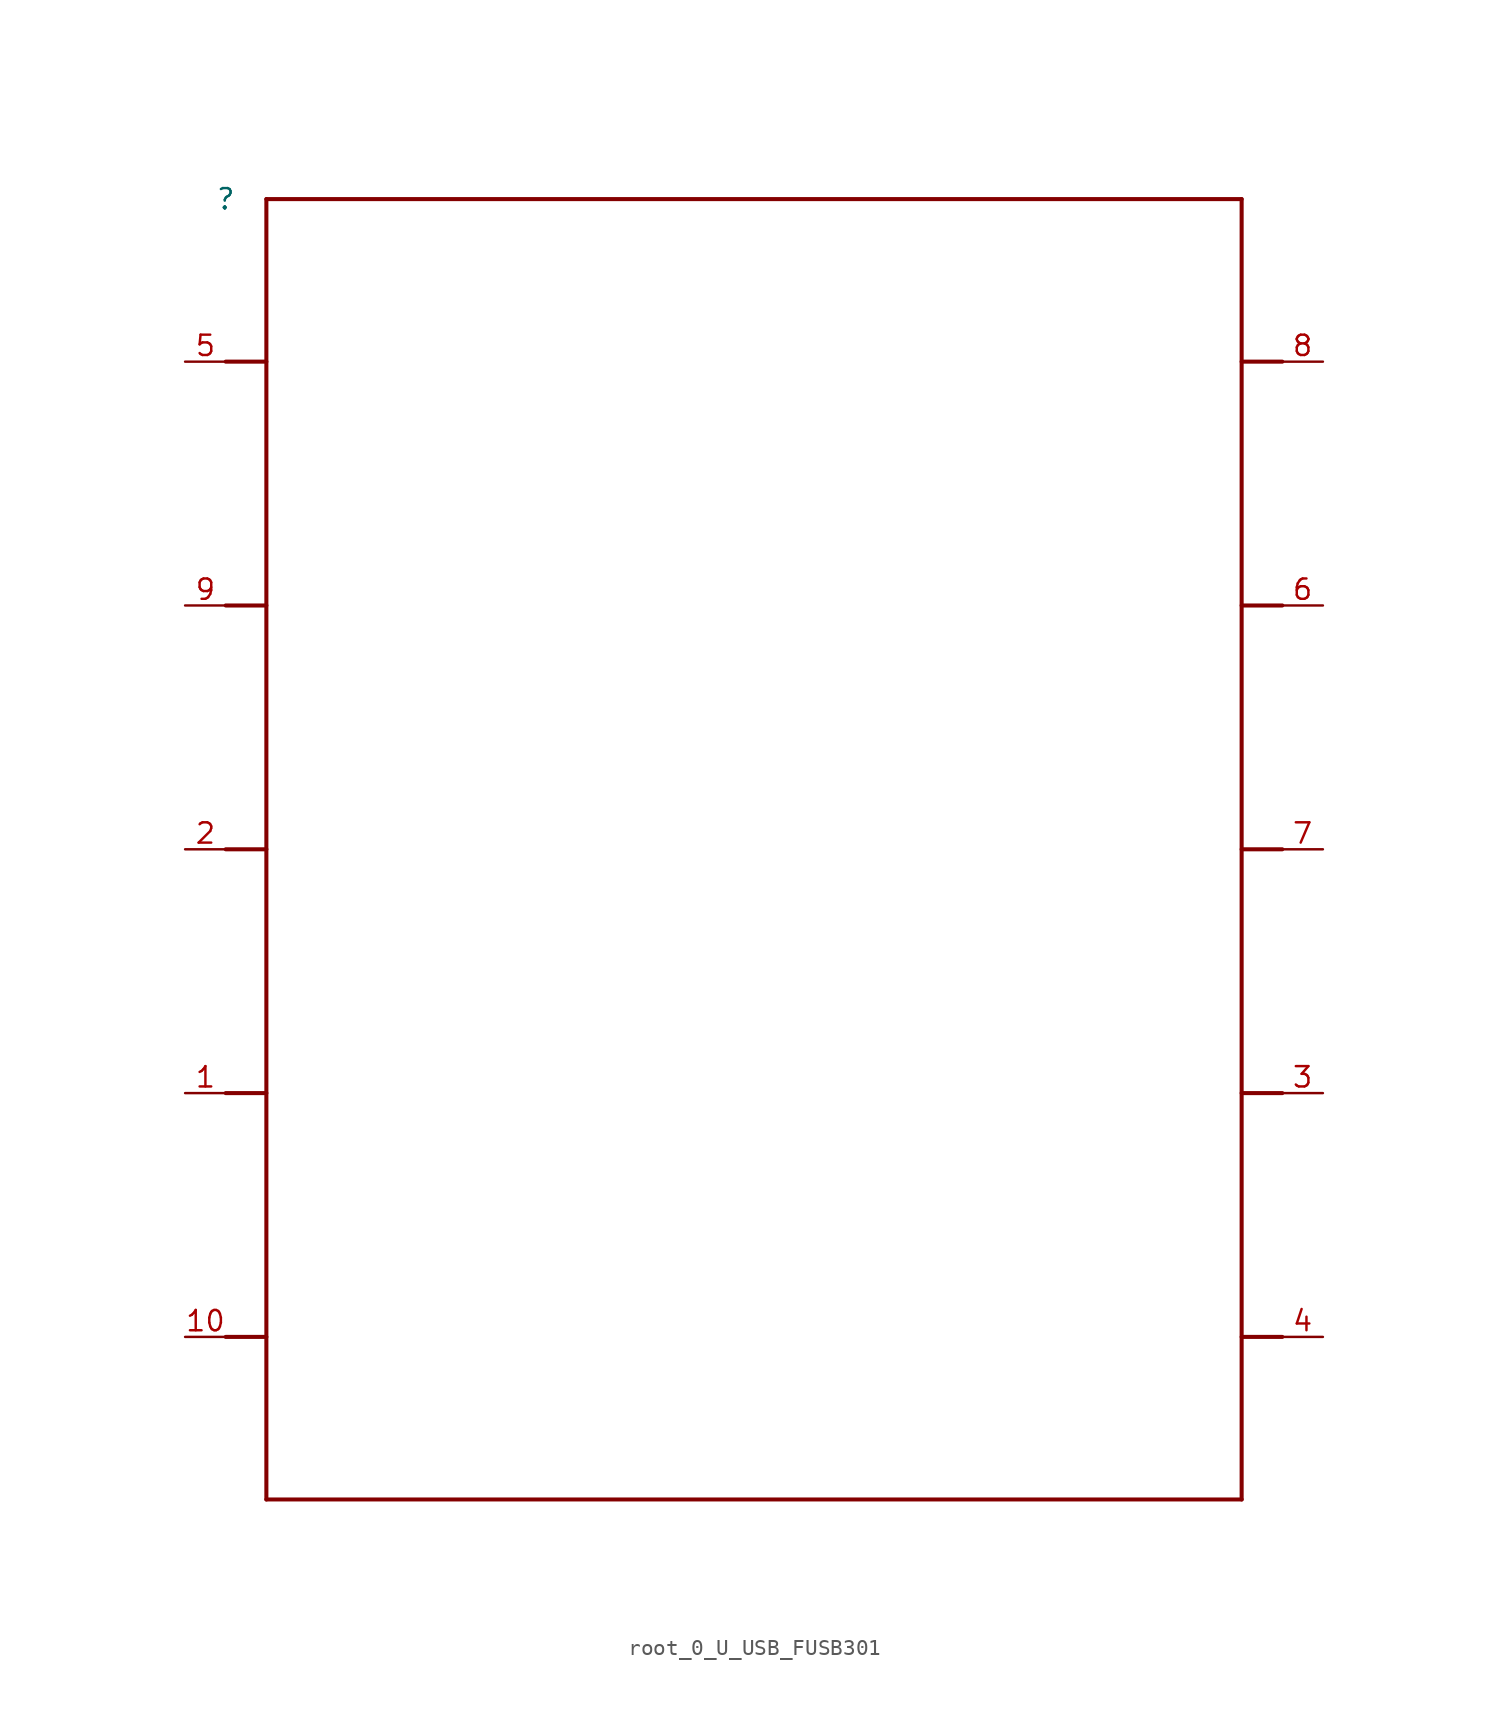
<source format=kicad_sym>
(kicad_symbol_lib
  (version 20220914)
  (generator kicad_symbol_editor)
  (symbol "root_0_U_USB_FUSB301"
    (property "Reference" ""
      (at 0 0 0)
      (effects (font (size 1.27 1.27))))
    (property "Value" ""
      (at 0 0 0)
      (effects (font (size 1.27 1.27))))
    (symbol "root_0_U_USB_FUSB301_1_0"
      (polyline (pts (xy 0 -71.12) (xy 2.54 -71.12)) (stroke (width 0.254) (type solid)) (fill (type none)))
      (polyline (pts (xy 0 -55.88) (xy 2.54 -55.88)) (stroke (width 0.254) (type solid)) (fill (type none)))
      (polyline (pts (xy 0 -40.64) (xy 2.54 -40.64)) (stroke (width 0.254) (type solid)) (fill (type none)))
      (polyline (pts (xy 0 -25.4) (xy 2.54 -25.4)) (stroke (width 0.254) (type solid)) (fill (type none)))
      (polyline (pts (xy 0 -10.16) (xy 2.54 -10.16)) (stroke (width 0.254) (type solid)) (fill (type none)))
      (polyline (pts (xy 2.54 -81.28) (xy 63.5 -81.28)) (stroke (width 0.254) (type solid)) (fill (type none)))
      (polyline (pts (xy 2.54 0) (xy 2.54 -81.28)) (stroke (width 0.254) (type solid)) (fill (type none)))
      (polyline (pts (xy 2.54 0) (xy 63.5 0)) (stroke (width 0.254) (type solid)) (fill (type none)))
      (polyline (pts (xy 63.5 -71.12) (xy 66.04 -71.12)) (stroke (width 0.254) (type solid)) (fill (type none)))
      (polyline (pts (xy 63.5 -55.88) (xy 66.04 -55.88)) (stroke (width 0.254) (type solid)) (fill (type none)))
      (polyline (pts (xy 63.5 -40.64) (xy 66.04 -40.64)) (stroke (width 0.254) (type solid)) (fill (type none)))
      (polyline (pts (xy 63.5 -25.4) (xy 66.04 -25.4)) (stroke (width 0.254) (type solid)) (fill (type none)))
      (polyline (pts (xy 63.5 -10.16) (xy 66.04 -10.16)) (stroke (width 0.254) (type solid)) (fill (type none)))
      (polyline (pts (xy 63.5 0) (xy 63.5 -81.28)) (stroke (width 0.254) (type solid)) (fill (type none)))
      (pin bidirectional line (at -2.54 -55.88 0) (length 2.54) (name "SDA" (effects (font (size 0 0)))) (number "1" (effects (font (size 1.27 1.27)))))
      (pin output line (at -2.54 -71.12 0) (length 2.54) (name "INT_N" (effects (font (size 0 0)))) (number "10" (effects (font (size 1.27 1.27)))))
      (pin input line (at -2.54 -40.64 0) (length 2.54) (name "SCL" (effects (font (size 0 0)))) (number "2" (effects (font (size 1.27 1.27)))))
      (pin output line (at 68.58 -55.88 180) (length 2.54) (name "ID" (effects (font (size 0 0)))) (number "3" (effects (font (size 1.27 1.27)))))
      (pin input line (at 68.58 -71.12 180) (length 2.54) (name "GND" (effects (font (size 0 0)))) (number "4" (effects (font (size 1.27 1.27)))))
      (pin power_in line (at -2.54 -10.16 0) (length 2.54) (name "VDD" (effects (font (size 0 0)))) (number "5" (effects (font (size 1.27 1.27)))))
      (pin bidirectional line (at 68.58 -25.4 180) (length 2.54) (name "CC1" (effects (font (size 0 0)))) (number "6" (effects (font (size 1.27 1.27)))))
      (pin bidirectional line (at 68.58 -40.64 180) (length 2.54) (name "CC2" (effects (font (size 0 0)))) (number "7" (effects (font (size 1.27 1.27)))))
      (pin power_in line (at 68.58 -10.16 180) (length 2.54) (name "VBUS" (effects (font (size 0 0)))) (number "8" (effects (font (size 1.27 1.27)))))
      (pin output line (at -2.54 -25.4 0) (length 2.54) (name "SS_SW" (effects (font (size 0 0)))) (number "9" (effects (font (size 1.27 1.27))))))))
</source>
